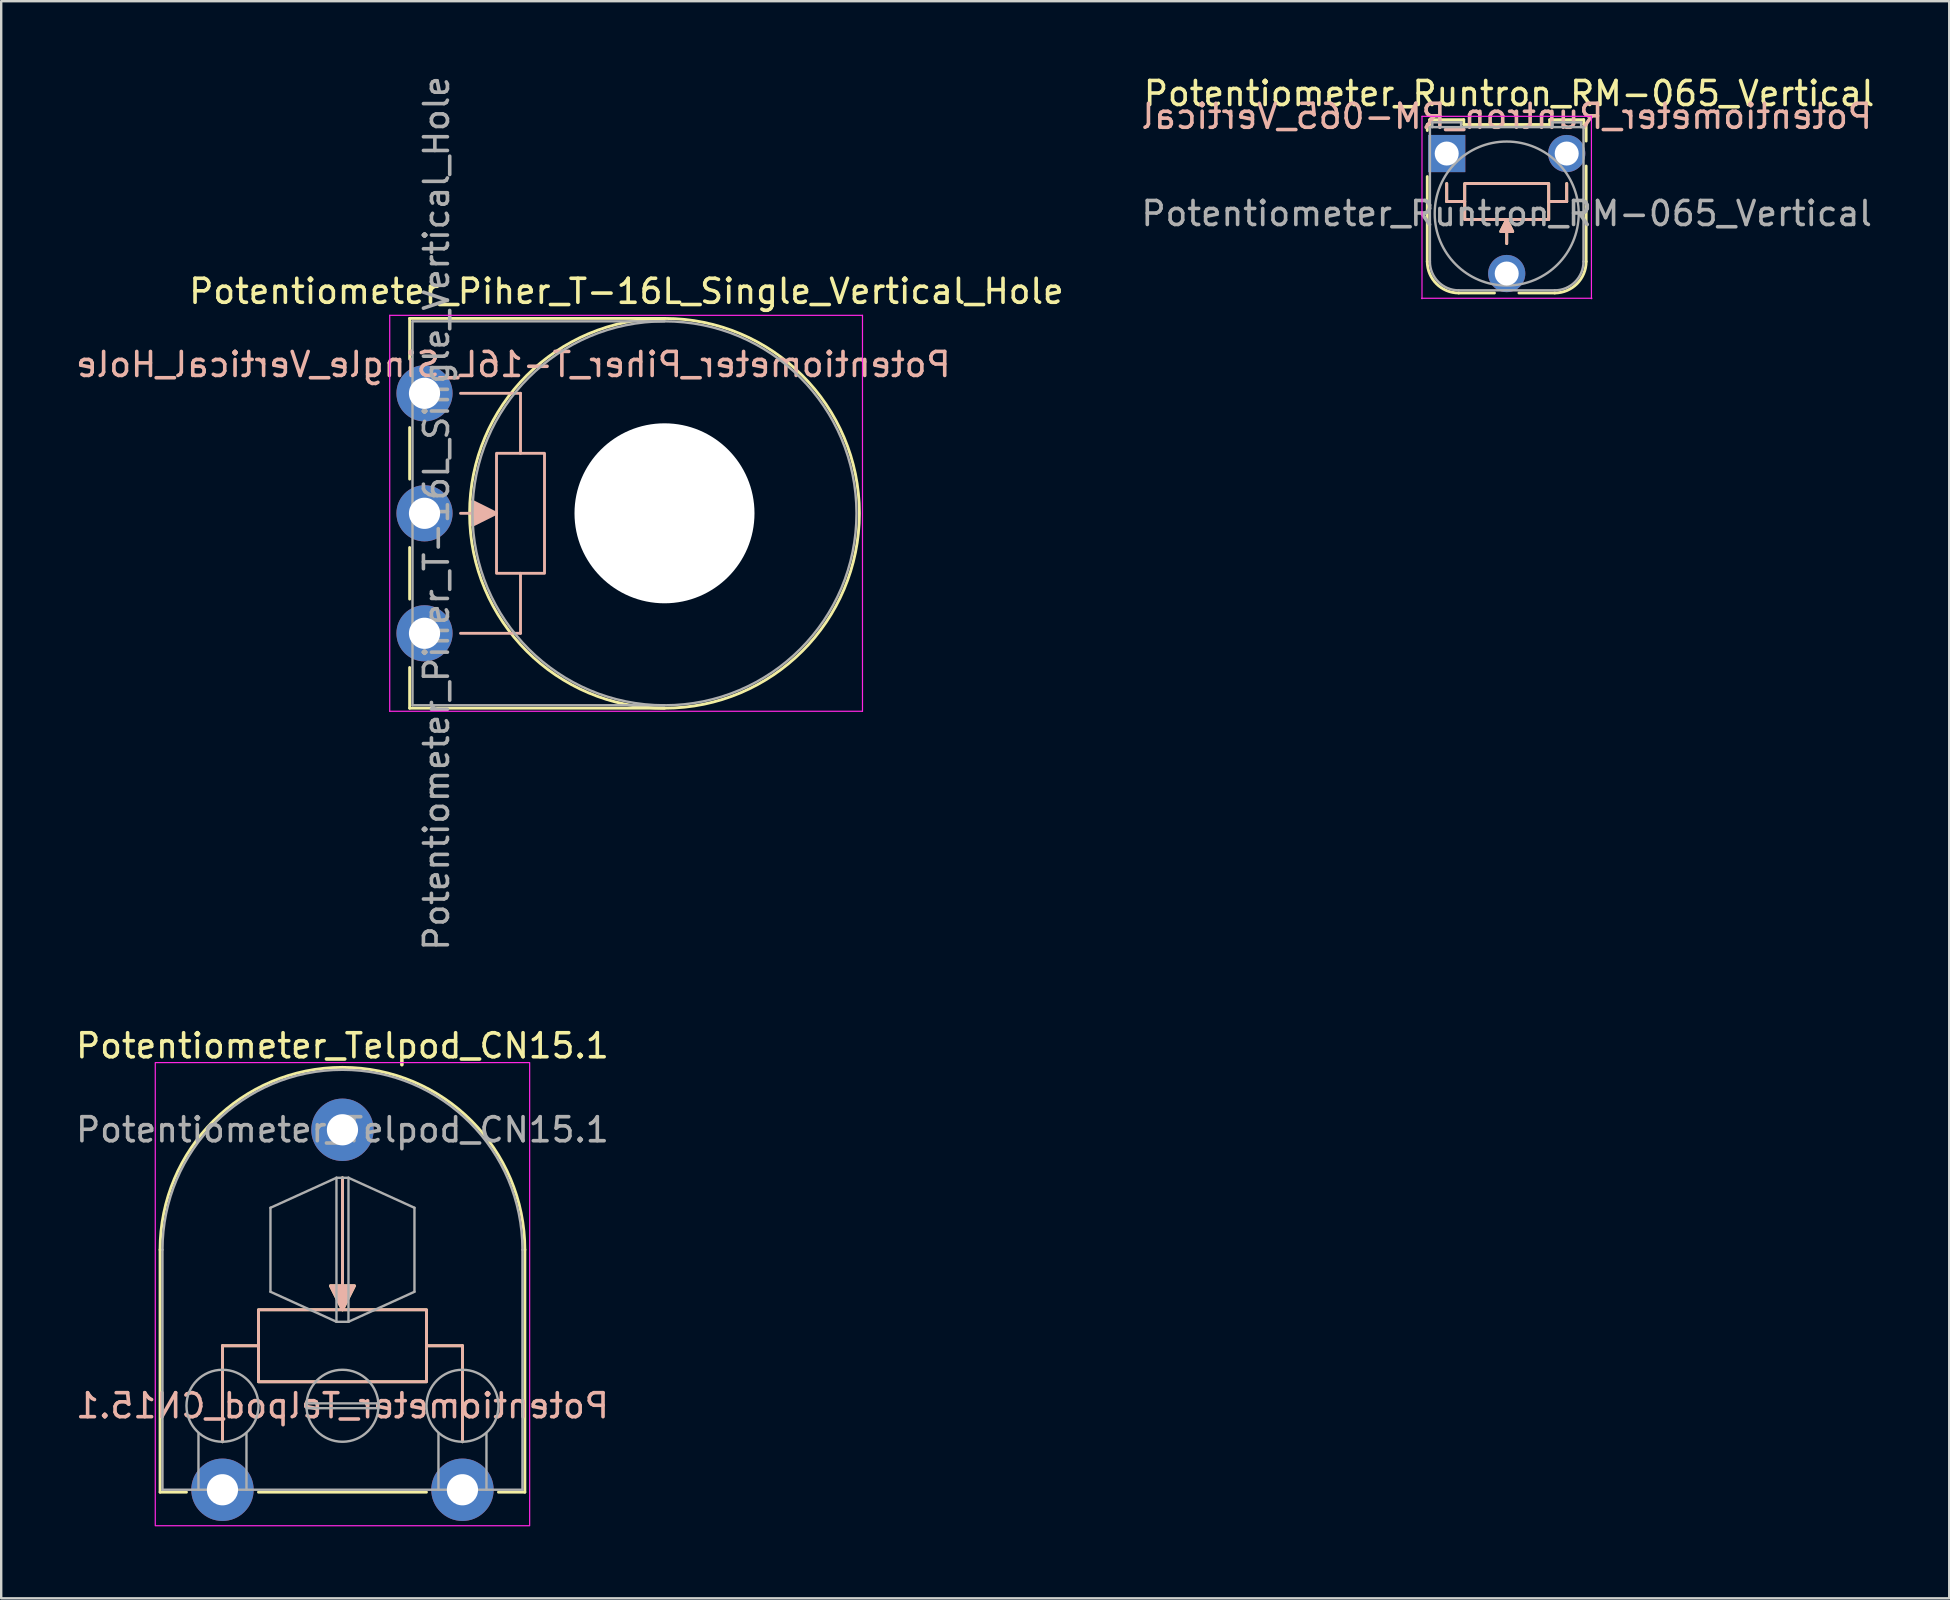
<source format=kicad_pcb>
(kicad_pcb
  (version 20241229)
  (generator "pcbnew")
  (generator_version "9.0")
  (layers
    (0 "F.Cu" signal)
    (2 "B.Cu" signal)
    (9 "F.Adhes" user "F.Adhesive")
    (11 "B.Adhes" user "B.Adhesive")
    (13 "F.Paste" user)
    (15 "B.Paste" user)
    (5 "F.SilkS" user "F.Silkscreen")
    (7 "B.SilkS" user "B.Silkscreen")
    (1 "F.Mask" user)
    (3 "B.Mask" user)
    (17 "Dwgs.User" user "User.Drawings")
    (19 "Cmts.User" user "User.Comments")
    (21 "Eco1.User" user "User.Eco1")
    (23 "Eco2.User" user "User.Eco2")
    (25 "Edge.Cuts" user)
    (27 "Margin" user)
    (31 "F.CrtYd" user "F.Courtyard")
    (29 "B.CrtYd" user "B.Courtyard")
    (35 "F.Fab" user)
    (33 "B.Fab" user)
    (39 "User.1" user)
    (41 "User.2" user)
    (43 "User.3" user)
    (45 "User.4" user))
  (footprint "Potentiometer_Runtron_RM-065_Vertical"
    (layer "F.Cu")
    (at 57.233 3.348)
    (property "Reference" "Potentiometer_Runtron_RM-065_Vertical" (at 2.6 -2.5 0) (layer "F.SilkS") (effects (font (size 1 1) (thickness 0.15))))
    (attr through_hole)
    (fp_line (start -0.81 -1.21) (end -0.81 -0.96) (stroke (width 0.12) (type solid)) (layer "F.SilkS"))
    (fp_line (start -0.81 4.5) (end -0.81 0.96) (stroke (width 0.12) (type solid)) (layer "F.SilkS"))
    (fp_line (start -0.71 -1.41) (end -0.71 -1.21) (stroke (width 0.12) (type solid)) (layer "F.SilkS"))
    (fp_line (start -0.71 -1.41) (end 0.71 -1.41) (stroke (width 0.12) (type solid)) (layer "F.SilkS"))
    (fp_line (start -0.71 -1.21) (end -0.81 -1.21) (stroke (width 0.12) (type solid)) (layer "F.SilkS"))
    (fp_line (start 0 2) (end 0 1.25) (stroke (width 0.12) (type solid)) (layer "F.SilkS"))
    (fp_line (start 0.71 -1.21) (end 0.71 -1.41) (stroke (width 0.12) (type solid)) (layer "F.SilkS"))
    (fp_line (start 0.71 -1.21) (end 4.29 -1.21) (stroke (width 0.12) (type solid)) (layer "F.SilkS"))
    (fp_line (start 0.75 2) (end 0 2) (stroke (width 0.12) (type solid)) (layer "F.SilkS"))
    (fp_line (start 1.99 5.81) (end 0.5 5.81) (stroke (width 0.12) (type solid)) (layer "F.SilkS"))
    (fp_line (start 2.5 2.75) (end 2.5 3.75) (stroke (width 0.12) (type solid)) (layer "F.SilkS"))
    (fp_line (start 4.25 2) (end 5 2) (stroke (width 0.12) (type solid)) (layer "F.SilkS"))
    (fp_line (start 4.29 -1.41) (end 5.71 -1.41) (stroke (width 0.12) (type solid)) (layer "F.SilkS"))
    (fp_line (start 4.29 -1.21) (end 4.29 -1.41) (stroke (width 0.12) (type solid)) (layer "F.SilkS"))
    (fp_line (start 4.5 5.81) (end 3.01 5.81) (stroke (width 0.12) (type solid)) (layer "F.SilkS"))
    (fp_line (start 5 2) (end 5 1.25) (stroke (width 0.12) (type solid)) (layer "F.SilkS"))
    (fp_line (start 5.71 -1.41) (end 5.71 -1.21) (stroke (width 0.12) (type solid)) (layer "F.SilkS"))
    (fp_line (start 5.71 -1.21) (end 5.81 -1.21) (stroke (width 0.12) (type solid)) (layer "F.SilkS"))
    (fp_line (start 5.81 -1.21) (end 5.81 -0.52) (stroke (width 0.12) (type solid)) (layer "F.SilkS"))
    (fp_line (start 5.81 0.52) (end 5.81 4.5) (stroke (width 0.12) (type solid)) (layer "F.SilkS"))
    (fp_rect (start 0.75 1.25) (end 4.25 2.75) (stroke (width 0.12) (type solid)) (fill no) (layer "F.SilkS"))
    (fp_arc (start 0.5 5.81) (mid -0.42631 5.42631) (end -0.81 4.5) (stroke (width 0.12) (type solid)) (layer "F.SilkS"))
    (fp_arc (start 5.81 4.5) (mid 5.42631 5.42631) (end 4.5 5.81) (stroke (width 0.12) (type solid)) (layer "F.SilkS"))
    (fp_poly (pts (xy 2.75 3.25) (xy 2.25 3.25) (xy 2.5 2.75)) (stroke (width 0.12) (type solid)) (fill yes) (layer "F.SilkS"))
    (fp_line (start 0 1.25) (end 0 2) (stroke (width 0.12) (type solid)) (layer "B.SilkS"))
    (fp_line (start 0 2) (end 0.75 2) (stroke (width 0.12) (type solid)) (layer "B.SilkS"))
    (fp_line (start 2.5 3.75) (end 2.5 2.75) (stroke (width 0.12) (type solid)) (layer "B.SilkS"))
    (fp_line (start 5 1.25) (end 5 2) (stroke (width 0.12) (type solid)) (layer "B.SilkS"))
    (fp_line (start 5 2) (end 4.25 2) (stroke (width 0.12) (type solid)) (layer "B.SilkS"))
    (fp_rect (start 0.75 1.25) (end 4.25 2.75) (stroke (width 0.12) (type solid)) (fill no) (layer "B.SilkS"))
    (fp_poly (pts (xy 2.75 3.25) (xy 2.25 3.25) (xy 2.5 2.75)) (stroke (width 0.12) (type solid)) (fill yes) (layer "B.SilkS"))
    (fp_line (start -1.03 -1.55) (end -1.03 6.05) (stroke (width 0.05) (type solid)) (layer "F.CrtYd"))
    (fp_line (start -1.03 -1.55) (end 6.03 -1.55) (stroke (width 0.05) (type solid)) (layer "F.CrtYd"))
    (fp_line (start 6.03 6.05) (end 6.03 -1.55) (stroke (width 0.05) (type solid)) (layer "F.CrtYd"))
    (fp_line (start 6.05 6.03) (end -1.05 6.03) (stroke (width 0.05) (type solid)) (layer "F.CrtYd"))
    (fp_line (start -0.7 4.5) (end -0.7 -1.1) (stroke (width 0.1) (type solid)) (layer "F.Fab"))
    (fp_line (start -0.6 -1.3) (end 0.6 -1.3) (stroke (width 0.1) (type solid)) (layer "F.Fab"))
    (fp_line (start -0.6 -1.1) (end -0.6 -1.3) (stroke (width 0.1) (type solid)) (layer "F.Fab"))
    (fp_line (start 0.5 5.7) (end 4.5 5.7) (stroke (width 0.1) (type solid)) (layer "F.Fab"))
    (fp_line (start 0.6 -1.3) (end 0.6 -1.1) (stroke (width 0.1) (type solid)) (layer "F.Fab"))
    (fp_line (start 4.4 -1.3) (end 4.4 -1.1) (stroke (width 0.1) (type solid)) (layer "F.Fab"))
    (fp_line (start 5.6 -1.3) (end 4.41 -1.3) (stroke (width 0.1) (type solid)) (layer "F.Fab"))
    (fp_line (start 5.6 -1.1) (end 5.6 -1.3) (stroke (width 0.1) (type solid)) (layer "F.Fab"))
    (fp_line (start 5.7 -1.1) (end -0.7 -1.1) (stroke (width 0.1) (type solid)) (layer "F.Fab"))
    (fp_line (start 5.7 4.5) (end 5.7 -1.1) (stroke (width 0.1) (type solid)) (layer "F.Fab"))
    (fp_arc (start 0.5 5.7) (mid -0.348528 5.348528) (end -0.7 4.5) (stroke (width 0.1) (type solid)) (layer "F.Fab"))
    (fp_arc (start 5.7 4.5) (mid 5.348528 5.348528) (end 4.5 5.7) (stroke (width 0.1) (type solid)) (layer "F.Fab"))
    (fp_circle (center 2.5 2.5) (end 5.5 2.5) (stroke (width 0.1) (type solid)) (fill no) (layer "F.Fab"))
    (fp_text user "${REFERENCE}" (at 2.5 -1.55 0) (unlocked yes) (layer "B.SilkS") (effects (font (size 1 1) (thickness 0.15)) (justify mirror)))
    (fp_text user "${REFERENCE}" (at 2.5 2.5 0) (layer "F.Fab") (effects (font (size 1 1) (thickness 0.15))))
    (pad "1" thru_hole rect (at 0 0) (size 1.55 1.55) (drill 1) (layers "*.Cu" "*.Mask"))
    (pad "2" thru_hole circle (at 2.5 5) (size 1.55 1.55) (drill 1) (layers "*.Cu" "*.Mask"))
    (pad "3" thru_hole circle (at 5 0) (size 1.55 1.55) (drill 1) (layers "*.Cu" "*.Mask")))
  (footprint "Potentiometer_Piher_T-16L_Single_Vertical_Hole"
    (layer "F.Cu")
    (at 14.639 23.339)
    (property "Reference" "Potentiometer_Piher_T-16L_Single_Vertical_Hole" (at 8.415 -14.25 0) (layer "F.SilkS") (effects (font (size 1 1) (thickness 0.15))))
    (attr through_hole)
    (fp_line (start -0.62 -13.12) (end -0.62 -11.426) (stroke (width 0.12) (type solid)) (layer "F.SilkS"))
    (fp_line (start -0.62 -13.12) (end 10 -13.12) (stroke (width 0.12) (type solid)) (layer "F.SilkS"))
    (fp_line (start -0.62 -8.574) (end -0.62 -6.425) (stroke (width 0.12) (type solid)) (layer "F.SilkS"))
    (fp_line (start -0.62 -3.575) (end -0.62 -1.425) (stroke (width 0.12) (type solid)) (layer "F.SilkS"))
    (fp_line (start -0.62 1.425) (end -0.62 3.12) (stroke (width 0.12) (type solid)) (layer "F.SilkS"))
    (fp_line (start -0.62 3.12) (end 10 3.12) (stroke (width 0.12) (type solid)) (layer "F.SilkS"))
    (fp_circle (center 10 -5) (end 18.12 -5) (stroke (width 0.12) (type solid)) (fill no) (layer "F.SilkS"))
    (fp_line (start 1.5 -10) (end 4 -10) (stroke (width 0.12) (type solid)) (layer "B.SilkS"))
    (fp_line (start 1.5 -5) (end 2 -5) (stroke (width 0.12) (type solid)) (layer "B.SilkS"))
    (fp_line (start 1.5 0) (end 4 0) (stroke (width 0.12) (type solid)) (layer "B.SilkS"))
    (fp_line (start 4 -10) (end 4 -7.5) (stroke (width 0.12) (type solid)) (layer "B.SilkS"))
    (fp_line (start 4 0) (end 4 -2.5) (stroke (width 0.12) (type solid)) (layer "B.SilkS"))
    (fp_rect (start 5 -2.5) (end 3 -7.5) (stroke (width 0.12) (type solid)) (fill no) (layer "B.SilkS"))
    (fp_poly (pts (xy 2 -5.5) (xy 3 -5) (xy 2 -4.5)) (stroke (width 0.12) (type solid)) (fill yes) (layer "B.SilkS"))
    (fp_line (start -1.45 -13.25) (end -1.45 3.25) (stroke (width 0.05) (type solid)) (layer "F.CrtYd"))
    (fp_line (start -1.45 3.25) (end 18.25 3.25) (stroke (width 0.05) (type solid)) (layer "F.CrtYd"))
    (fp_line (start 18.25 -13.25) (end -1.45 -13.25) (stroke (width 0.05) (type solid)) (layer "F.CrtYd"))
    (fp_line (start 18.25 3.25) (end 18.25 -13.25) (stroke (width 0.05) (type solid)) (layer "F.CrtYd"))
    (fp_line (start -0.5 -13) (end -0.5 3) (stroke (width 0.1) (type solid)) (layer "F.Fab"))
    (fp_line (start -0.5 3) (end 10 3) (stroke (width 0.1) (type solid)) (layer "F.Fab"))
    (fp_line (start 10 -13) (end -0.5 -13) (stroke (width 0.1) (type solid)) (layer "F.Fab"))
    (fp_circle (center 10 -5) (end 18 -5) (stroke (width 0.1) (type solid)) (fill no) (layer "F.Fab"))
    (fp_text user "${REFERENCE}" (at 3.7 -11.2 0) (unlocked yes) (layer "B.SilkS") (effects (font (size 1 1) (thickness 0.15)) (justify mirror)))
    (fp_text user "${REFERENCE}" (at 0.5 -5 90) (layer "F.Fab") (effects (font (size 1 1) (thickness 0.15))))
    (pad "" np_thru_hole circle (at 10 -5) (size 7.5 7.5) (drill 7.5) (layers "*.Cu" "*.Mask"))
    (pad "1" thru_hole circle (at 0 0) (size 2.34 2.34) (drill 1.3) (layers "*.Cu" "*.Mask"))
    (pad "2" thru_hole circle (at 0 -5) (size 2.34 2.34) (drill 1.3) (layers "*.Cu" "*.Mask"))
    (pad "3" thru_hole circle (at 0 -10) (size 2.34 2.34) (drill 1.3) (layers "*.Cu" "*.Mask")))
  (footprint "Potentiometer_Telpod_CN15.1"
    (layer "F.Cu")
    (at 6.22 59.027)
    (property "Reference" "Potentiometer_Telpod_CN15.1" (at 5 -18.5 0) (unlocked yes) (layer "F.SilkS") (effects (font (size 1 1) (thickness 0.15))))
    (attr smd)
    (fp_line (start -2.6 0.1) (end -2.6 -10) (stroke (width 0.12) (type solid)) (layer "F.SilkS"))
    (fp_line (start -1.5 0.1) (end -2.6 0.1) (stroke (width 0.12) (type solid)) (layer "F.SilkS"))
    (fp_line (start 0 -6) (end 0 -2) (stroke (width 0.12) (type solid)) (layer "F.SilkS"))
    (fp_line (start 1.5 -6) (end 0 -6) (stroke (width 0.12) (type solid)) (layer "F.SilkS"))
    (fp_line (start 5 -13) (end 5 -7.5) (stroke (width 0.12) (type solid)) (layer "F.SilkS"))
    (fp_line (start 8.5 -6) (end 10 -6) (stroke (width 0.12) (type solid)) (layer "F.SilkS"))
    (fp_line (start 8.5 0.1) (end 1.5 0.1) (stroke (width 0.12) (type solid)) (layer "F.SilkS"))
    (fp_line (start 10 -6) (end 10 -2) (stroke (width 0.12) (type solid)) (layer "F.SilkS"))
    (fp_line (start 12.6 -10) (end 12.6 0.1) (stroke (width 0.12) (type solid)) (layer "F.SilkS"))
    (fp_line (start 12.6 0.1) (end 11.5 0.1) (stroke (width 0.12) (type solid)) (layer "F.SilkS"))
    (fp_rect (start 1.5 -7.5) (end 8.5 -4.5) (stroke (width 0.12) (type solid)) (fill no) (layer "F.SilkS"))
    (fp_arc (start -2.6 -10) (mid 5 -17.6) (end 12.6 -10) (stroke (width 0.12) (type solid)) (layer "F.SilkS"))
    (fp_poly (pts (xy 5 -7.5) (xy 4.5 -8.5) (xy 5.5 -8.5)) (stroke (width 0.12) (type solid)) (fill yes) (layer "F.SilkS"))
    (fp_line (start 0 -6) (end 0 -2) (stroke (width 0.12) (type solid)) (layer "B.SilkS"))
    (fp_line (start 1.5 -6) (end 0 -6) (stroke (width 0.12) (type solid)) (layer "B.SilkS"))
    (fp_line (start 5 -13) (end 5 -7.5) (stroke (width 0.12) (type solid)) (layer "B.SilkS"))
    (fp_line (start 8.5 -6) (end 10 -6) (stroke (width 0.12) (type solid)) (layer "B.SilkS"))
    (fp_line (start 10 -6) (end 10 -2) (stroke (width 0.12) (type solid)) (layer "B.SilkS"))
    (fp_rect (start 1.5 -7.5) (end 8.5 -4.5) (stroke (width 0.12) (type solid)) (fill no) (layer "B.SilkS"))
    (fp_poly (pts (xy 5 -7.5) (xy 4.5 -8.5) (xy 5.5 -8.5)) (stroke (width 0.12) (type solid)) (fill yes) (layer "B.SilkS"))
    (fp_rect (start -2.8 -17.8) (end 12.8 1.5) (stroke (width 0.05) (type solid)) (fill no) (layer "F.CrtYd"))
    (fp_line (start -2.5 0) (end -2.5 -10) (stroke (width 0.1) (type solid)) (layer "F.Fab"))
    (fp_line (start -1 -2.35) (end -1 0) (stroke (width 0.1) (type solid)) (layer "F.Fab"))
    (fp_line (start 1 0) (end 1 -2.35) (stroke (width 0.1) (type solid)) (layer "F.Fab"))
    (fp_line (start 2 -11.75) (end 2 -8.25) (stroke (width 0.1) (type solid)) (layer "F.Fab"))
    (fp_line (start 2 -8.25) (end 4.75 -7) (stroke (width 0.1) (type solid)) (layer "F.Fab"))
    (fp_line (start 3.5 -3.4) (end 6.5 -3.4) (stroke (width 0.1) (type solid)) (layer "F.Fab"))
    (fp_line (start 4.75 -13) (end 2 -11.75) (stroke (width 0.1) (type solid)) (layer "F.Fab"))
    (fp_line (start 4.75 -13) (end 4.75 -7) (stroke (width 0.1) (type solid)) (layer "F.Fab"))
    (fp_line (start 4.75 -7) (end 5.25 -7) (stroke (width 0.1) (type solid)) (layer "F.Fab"))
    (fp_line (start 5.25 -13) (end 4.75 -13) (stroke (width 0.1) (type solid)) (layer "F.Fab"))
    (fp_line (start 5.25 -7) (end 5.25 -13) (stroke (width 0.1) (type solid)) (layer "F.Fab"))
    (fp_line (start 5.25 -7) (end 8 -8.25) (stroke (width 0.1) (type solid)) (layer "F.Fab"))
    (fp_line (start 6.5 -3.6) (end 3.5 -3.6) (stroke (width 0.1) (type solid)) (layer "F.Fab"))
    (fp_line (start 8 -11.75) (end 5.25 -13) (stroke (width 0.1) (type solid)) (layer "F.Fab"))
    (fp_line (start 8 -8.25) (end 8 -11.75) (stroke (width 0.1) (type solid)) (layer "F.Fab"))
    (fp_line (start 9 0) (end 9 -2.35) (stroke (width 0.1) (type solid)) (layer "F.Fab"))
    (fp_line (start 11 -2.35) (end 11 0) (stroke (width 0.1) (type solid)) (layer "F.Fab"))
    (fp_line (start 12.5 -10) (end 12.5 0) (stroke (width 0.1) (type solid)) (layer "F.Fab"))
    (fp_line (start 12.5 0) (end -2.5 0) (stroke (width 0.1) (type solid)) (layer "F.Fab"))
    (fp_arc (start -2.5 -10) (mid 5 -17.5) (end 12.5 -10) (stroke (width 0.1) (type solid)) (layer "F.Fab"))
    (fp_circle (center 0 -3.5) (end 1.5 -3.5) (stroke (width 0.1) (type solid)) (fill no) (layer "F.Fab"))
    (fp_circle (center 5 -3.5) (end 6.5 -3.5) (stroke (width 0.1) (type solid)) (fill no) (layer "F.Fab"))
    (fp_circle (center 10 -3.5) (end 11.5 -3.5) (stroke (width 0.1) (type solid)) (fill no) (layer "F.Fab"))
    (fp_text user "${REFERENCE}" (at 5 -3.5 0) (unlocked yes) (layer "B.SilkS") (effects (font (size 1 1) (thickness 0.15)) (justify mirror)))
    (fp_text user "${REFERENCE}" (at 5 -15 0) (unlocked yes) (layer "F.Fab") (effects (font (size 1 1) (thickness 0.15))))
    (pad "1" thru_hole circle (at 0 0) (size 2.6 2.6) (drill 1.3) (layers "*.Cu" "*.Mask"))
    (pad "2" thru_hole circle (at 5 -15) (size 2.6 2.6) (drill 1.3) (layers "*.Cu" "*.Mask"))
    (pad "3" thru_hole circle (at 10 0) (size 2.6 2.6) (drill 1.3) (layers "*.Cu" "*.Mask")))
  (gr_rect
    (start -3 -3)
    (end 78.172 63.552)
    (stroke (width 0.1) (type default))
    (fill no)
    (layer "Edge.Cuts")))
</source>
